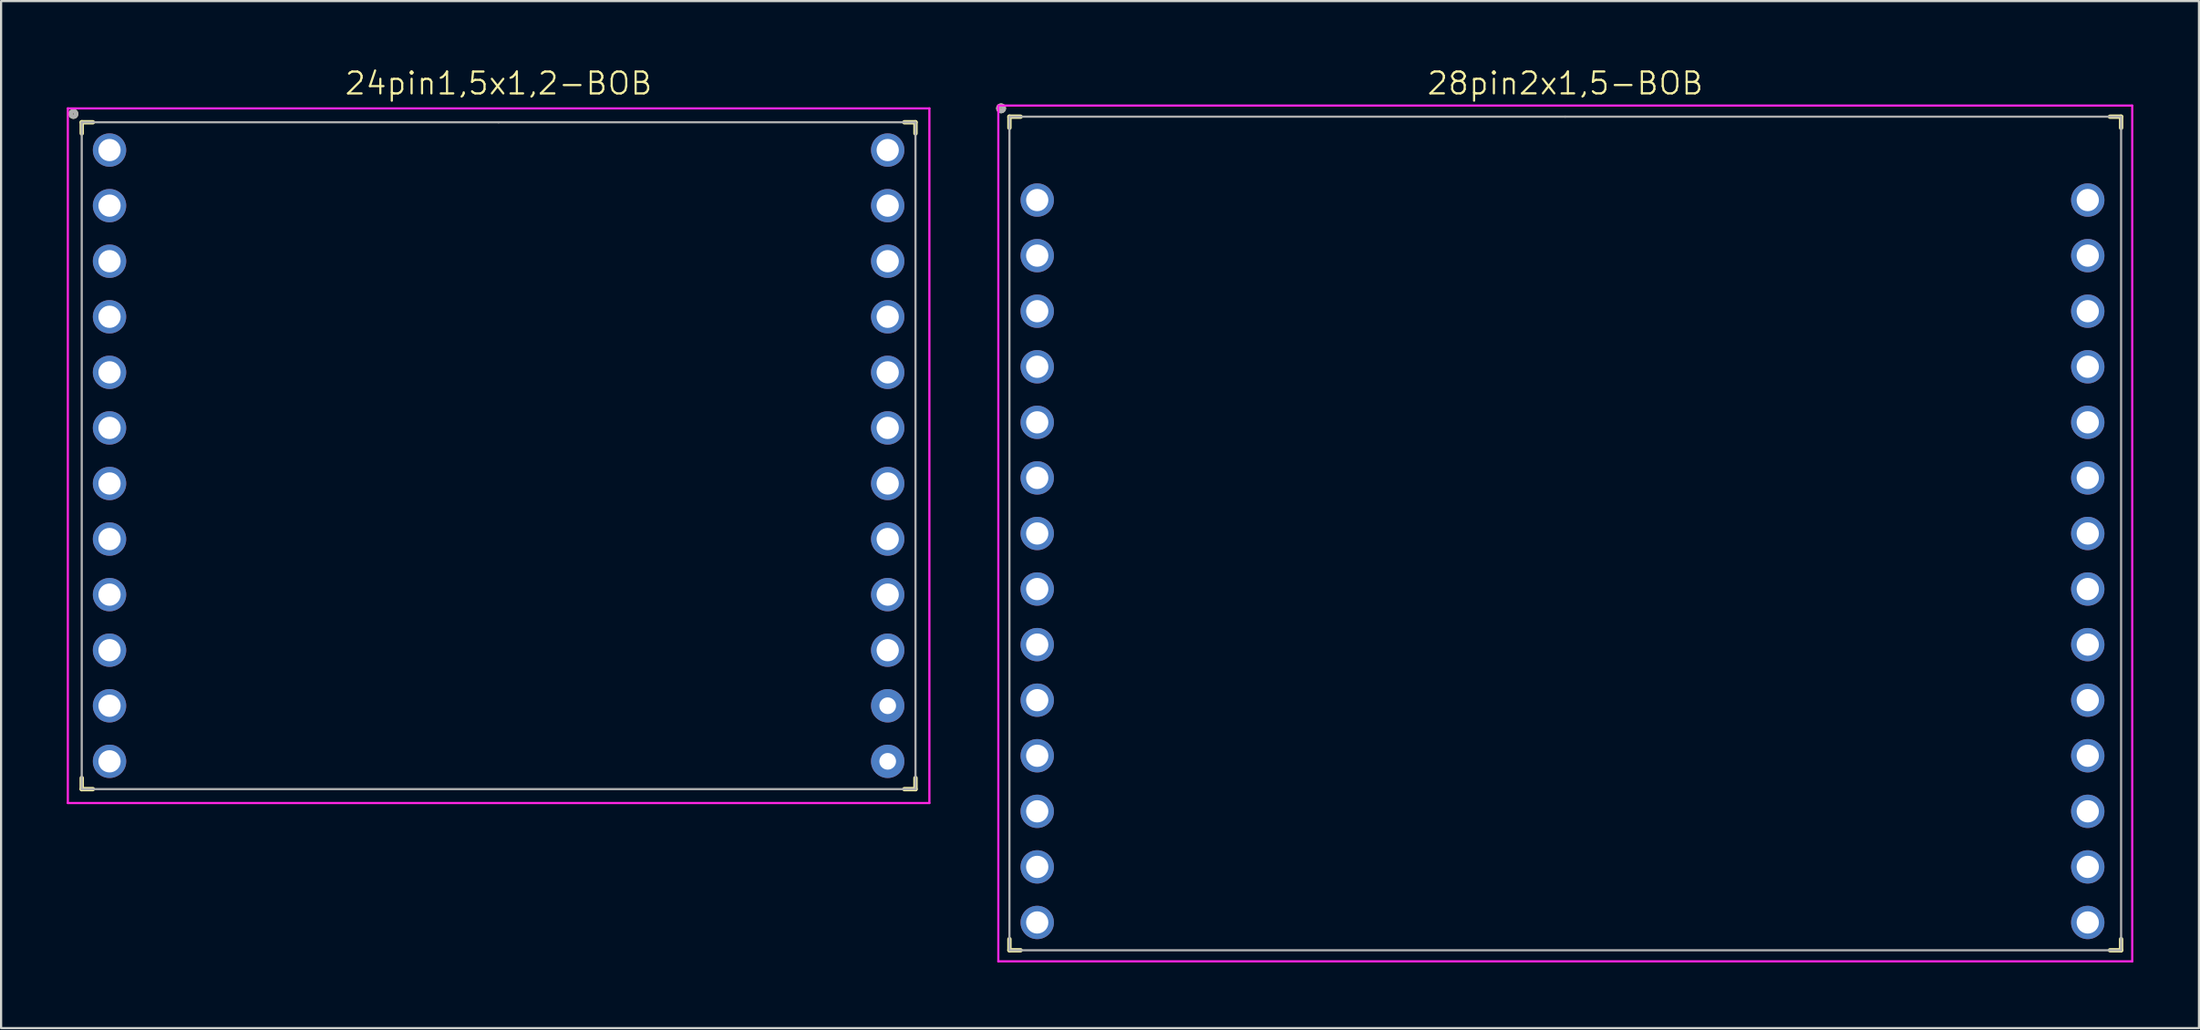
<source format=kicad_pcb>
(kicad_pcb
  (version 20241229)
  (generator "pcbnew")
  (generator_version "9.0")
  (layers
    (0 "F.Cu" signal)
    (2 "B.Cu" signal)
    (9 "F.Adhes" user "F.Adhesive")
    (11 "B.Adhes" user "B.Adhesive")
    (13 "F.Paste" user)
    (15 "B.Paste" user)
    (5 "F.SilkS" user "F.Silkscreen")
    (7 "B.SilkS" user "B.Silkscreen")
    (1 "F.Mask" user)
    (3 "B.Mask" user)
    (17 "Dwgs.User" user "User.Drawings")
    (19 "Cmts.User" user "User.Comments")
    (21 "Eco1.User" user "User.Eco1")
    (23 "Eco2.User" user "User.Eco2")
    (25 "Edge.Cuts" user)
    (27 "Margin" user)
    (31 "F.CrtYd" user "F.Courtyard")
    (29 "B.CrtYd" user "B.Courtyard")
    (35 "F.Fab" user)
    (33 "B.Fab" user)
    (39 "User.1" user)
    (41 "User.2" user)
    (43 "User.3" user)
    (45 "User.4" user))
  (footprint "24pin1,5x1,2-BOB"
    (layer "F.Cu")
    (at 19.735 17.779)
    (property "Reference" "24pin1,5x1,2-BOB" (at 0 -17.018 0) (layer "F.SilkS") (effects (font (size 1 1) (thickness 0.1))))
    (attr through_hole)
    (fp_line (start -19.05 -15.24) (end -19.05 -14.732) (stroke (width 0.2) (type solid)) (layer "F.SilkS"))
    (fp_line (start -19.05 -15.24) (end -18.542 -15.24) (stroke (width 0.2) (type solid)) (layer "F.SilkS"))
    (fp_line (start -19.05 15.24) (end -19.05 14.732) (stroke (width 0.2) (type solid)) (layer "F.SilkS"))
    (fp_line (start -19.05 15.24) (end -18.542 15.24) (stroke (width 0.2) (type solid)) (layer "F.SilkS"))
    (fp_line (start 19.05 -15.24) (end 18.542 -15.24) (stroke (width 0.2) (type solid)) (layer "F.SilkS"))
    (fp_line (start 19.05 -15.24) (end 19.05 -14.732) (stroke (width 0.2) (type solid)) (layer "F.SilkS"))
    (fp_line (start 19.05 15.24) (end 18.542 15.24) (stroke (width 0.2) (type solid)) (layer "F.SilkS"))
    (fp_line (start 19.05 15.24) (end 19.05 14.732) (stroke (width 0.2) (type solid)) (layer "F.SilkS"))
    (fp_circle (center -19.431 -15.621) (end -19.304 -15.621) (stroke (width 0.2) (type solid)) (fill no) (layer "F.SilkS"))
    (fp_line (start -19.685 -15.875) (end 19.685 -15.875) (stroke (width 0.1) (type solid)) (layer "F.CrtYd"))
    (fp_line (start -19.685 15.875) (end -19.685 -15.875) (stroke (width 0.1) (type solid)) (layer "F.CrtYd"))
    (fp_line (start 19.685 -15.875) (end 19.685 15.875) (stroke (width 0.1) (type solid)) (layer "F.CrtYd"))
    (fp_line (start 19.685 15.875) (end -19.685 15.875) (stroke (width 0.1) (type solid)) (layer "F.CrtYd"))
    (fp_line (start -19.05 -15.24) (end 0 -15.24) (stroke (width 0.1) (type solid)) (layer "F.Fab"))
    (fp_line (start -19.05 15.24) (end -19.05 -15.24) (stroke (width 0.1) (type solid)) (layer "F.Fab"))
    (fp_line (start 0 -15.24) (end 19.05 -15.24) (stroke (width 0.1) (type solid)) (layer "F.Fab"))
    (fp_line (start 19.05 -15.24) (end 19.05 15.24) (stroke (width 0.1) (type solid)) (layer "F.Fab"))
    (fp_line (start 19.05 15.24) (end -19.05 15.24) (stroke (width 0.1) (type solid)) (layer "F.Fab"))
    (fp_circle (center -19.431 -15.621) (end -19.304 -15.621) (stroke (width 0.2) (type solid)) (fill no) (layer "F.Fab"))
    (pad "1" thru_hole circle (at -17.78 -13.97) (size 1.524 1.524) (drill 1.016) (layers "*.Cu" "*.Mask"))
    (pad "2" thru_hole circle (at -17.78 -11.43) (size 1.524 1.524) (drill 1.016) (layers "*.Cu" "*.Mask"))
    (pad "3" thru_hole circle (at -17.78 -8.89) (size 1.524 1.524) (drill 1.016) (layers "*.Cu" "*.Mask"))
    (pad "4" thru_hole circle (at -17.78 -6.35) (size 1.524 1.524) (drill 1.016) (layers "*.Cu" "*.Mask"))
    (pad "5" thru_hole circle (at -17.78 -3.81) (size 1.524 1.524) (drill 1.016) (layers "*.Cu" "*.Mask"))
    (pad "6" thru_hole circle (at -17.78 -1.27) (size 1.524 1.524) (drill 1.016) (layers "*.Cu" "*.Mask"))
    (pad "7" thru_hole circle (at -17.78 1.27) (size 1.524 1.524) (drill 1.016) (layers "*.Cu" "*.Mask"))
    (pad "8" thru_hole circle (at -17.78 3.81) (size 1.524 1.524) (drill 1.016) (layers "*.Cu" "*.Mask"))
    (pad "9" thru_hole circle (at -17.78 6.35) (size 1.524 1.524) (drill 1.016) (layers "*.Cu" "*.Mask"))
    (pad "10" thru_hole circle (at -17.78 8.89) (size 1.524 1.524) (drill 1.016) (layers "*.Cu" "*.Mask"))
    (pad "11" thru_hole circle (at -17.78 11.43) (size 1.524 1.524) (drill 1.016) (layers "*.Cu" "*.Mask"))
    (pad "12" thru_hole circle (at -17.78 13.97) (size 1.524 1.524) (drill 1.016) (layers "*.Cu" "*.Mask"))
    (pad "13" thru_hole circle (at 17.78 -13.97) (size 1.524 1.524) (drill 1.016) (layers "*.Cu" "*.Mask"))
    (pad "14" thru_hole circle (at 17.78 -11.43) (size 1.524 1.524) (drill 1.016) (layers "*.Cu" "*.Mask"))
    (pad "15" thru_hole circle (at 17.78 -8.89) (size 1.524 1.524) (drill 1.016) (layers "*.Cu" "*.Mask"))
    (pad "16" thru_hole circle (at 17.78 -6.35) (size 1.524 1.524) (drill 1.016) (layers "*.Cu" "*.Mask"))
    (pad "17" thru_hole circle (at 17.78 -3.81) (size 1.524 1.524) (drill 1.016) (layers "*.Cu" "*.Mask"))
    (pad "18" thru_hole circle (at 17.78 -1.27) (size 1.524 1.524) (drill 1.016) (layers "*.Cu" "*.Mask"))
    (pad "19" thru_hole circle (at 17.78 1.27) (size 1.524 1.524) (drill 1.016) (layers "*.Cu" "*.Mask"))
    (pad "20" thru_hole circle (at 17.78 3.81) (size 1.524 1.524) (drill 1.016) (layers "*.Cu" "*.Mask"))
    (pad "21" thru_hole circle (at 17.78 6.35) (size 1.524 1.524) (drill 1.016) (layers "*.Cu" "*.Mask"))
    (pad "22" thru_hole circle (at 17.78 8.89) (size 1.524 1.524) (drill 1.016) (layers "*.Cu" "*.Mask"))
    (pad "23" thru_hole circle (at 17.78 11.43) (size 1.524 1.524) (drill 0.762) (layers "*.Cu" "*.Mask"))
    (pad "24" thru_hole circle (at 17.78 13.97) (size 1.524 1.524) (drill 0.762) (layers "*.Cu" "*.Mask")))
  (footprint "28pin2x1,5-BOB"
    (layer "F.Cu")
    (at 68.478 21.334)
    (property "Reference" "28pin2x1,5-BOB" (at 0 -20.574 0) (layer "F.SilkS") (effects (font (size 1 1) (thickness 0.1))))
    (attr through_hole)
    (fp_line (start -25.4 -19.05) (end -25.4 -18.542) (stroke (width 0.2) (type solid)) (layer "F.SilkS"))
    (fp_line (start -25.4 -19.05) (end -24.892 -19.05) (stroke (width 0.2) (type solid)) (layer "F.SilkS"))
    (fp_line (start -25.4 19.05) (end -25.4 18.542) (stroke (width 0.2) (type solid)) (layer "F.SilkS"))
    (fp_line (start -25.4 19.05) (end -24.892 19.05) (stroke (width 0.2) (type solid)) (layer "F.SilkS"))
    (fp_line (start 25.4 -19.05) (end 24.892 -19.05) (stroke (width 0.2) (type solid)) (layer "F.SilkS"))
    (fp_line (start 25.4 -19.05) (end 25.4 -18.542) (stroke (width 0.2) (type solid)) (layer "F.SilkS"))
    (fp_line (start 25.4 19.05) (end 24.892 19.05) (stroke (width 0.2) (type solid)) (layer "F.SilkS"))
    (fp_line (start 25.4 19.05) (end 25.4 18.542) (stroke (width 0.2) (type solid)) (layer "F.SilkS"))
    (fp_circle (center -25.781 -19.431) (end -25.654 -19.431) (stroke (width 0.2) (type solid)) (fill no) (layer "F.SilkS"))
    (fp_line (start -25.908 -19.558) (end 25.908 -19.558) (stroke (width 0.1) (type solid)) (layer "F.CrtYd"))
    (fp_line (start -25.908 19.558) (end -25.908 -19.558) (stroke (width 0.1) (type solid)) (layer "F.CrtYd"))
    (fp_line (start 25.908 -19.558) (end 25.908 19.558) (stroke (width 0.1) (type solid)) (layer "F.CrtYd"))
    (fp_line (start 25.908 19.558) (end -25.908 19.558) (stroke (width 0.1) (type solid)) (layer "F.CrtYd"))
    (fp_line (start -25.4 -19.05) (end 0 -19.05) (stroke (width 0.1) (type solid)) (layer "F.Fab"))
    (fp_line (start -25.4 19.05) (end -25.4 -19.05) (stroke (width 0.1) (type solid)) (layer "F.Fab"))
    (fp_line (start 0 -19.05) (end 25.4 -19.05) (stroke (width 0.1) (type solid)) (layer "F.Fab"))
    (fp_line (start 25.4 -19.05) (end 25.4 19.05) (stroke (width 0.1) (type solid)) (layer "F.Fab"))
    (fp_line (start 25.4 19.05) (end -25.4 19.05) (stroke (width 0.1) (type solid)) (layer "F.Fab"))
    (fp_circle (center -25.781 -19.431) (end -25.654 -19.431) (stroke (width 0.2) (type solid)) (fill no) (layer "F.Fab"))
    (pad "1" thru_hole circle (at -24.13 -15.24) (size 1.524 1.524) (drill 1.016) (layers "*.Cu" "*.Mask"))
    (pad "2" thru_hole circle (at -24.13 -12.7) (size 1.524 1.524) (drill 1.016) (layers "*.Cu" "*.Mask"))
    (pad "3" thru_hole circle (at -24.13 -10.16) (size 1.524 1.524) (drill 1.016) (layers "*.Cu" "*.Mask"))
    (pad "4" thru_hole circle (at -24.13 -7.62) (size 1.524 1.524) (drill 1.016) (layers "*.Cu" "*.Mask"))
    (pad "5" thru_hole circle (at -24.13 -5.08) (size 1.524 1.524) (drill 1.016) (layers "*.Cu" "*.Mask"))
    (pad "6" thru_hole circle (at -24.13 -2.54) (size 1.524 1.524) (drill 1.016) (layers "*.Cu" "*.Mask"))
    (pad "7" thru_hole circle (at -24.13 0) (size 1.524 1.524) (drill 1.016) (layers "*.Cu" "*.Mask"))
    (pad "8" thru_hole circle (at -24.13 2.54) (size 1.524 1.524) (drill 1.016) (layers "*.Cu" "*.Mask"))
    (pad "9" thru_hole circle (at -24.13 5.08) (size 1.524 1.524) (drill 1.016) (layers "*.Cu" "*.Mask"))
    (pad "10" thru_hole circle (at -24.13 7.62) (size 1.524 1.524) (drill 1.016) (layers "*.Cu" "*.Mask"))
    (pad "11" thru_hole circle (at -24.13 10.16) (size 1.524 1.524) (drill 1.016) (layers "*.Cu" "*.Mask"))
    (pad "12" thru_hole circle (at -24.13 12.7) (size 1.524 1.524) (drill 1.016) (layers "*.Cu" "*.Mask"))
    (pad "13" thru_hole circle (at -24.13 15.24) (size 1.524 1.524) (drill 1.016) (layers "*.Cu" "*.Mask"))
    (pad "14" thru_hole circle (at -24.13 17.78) (size 1.524 1.524) (drill 1.016) (layers "*.Cu" "*.Mask"))
    (pad "15" thru_hole circle (at 23.876 -15.24) (size 1.524 1.524) (drill 1.016) (layers "*.Cu" "*.Mask"))
    (pad "16" thru_hole circle (at 23.876 -12.7) (size 1.524 1.524) (drill 1.016) (layers "*.Cu" "*.Mask"))
    (pad "17" thru_hole circle (at 23.876 -10.16) (size 1.524 1.524) (drill 1.016) (layers "*.Cu" "*.Mask"))
    (pad "18" thru_hole circle (at 23.876 -7.62) (size 1.524 1.524) (drill 1.016) (layers "*.Cu" "*.Mask"))
    (pad "19" thru_hole circle (at 23.876 -5.08) (size 1.524 1.524) (drill 1.016) (layers "*.Cu" "*.Mask"))
    (pad "20" thru_hole circle (at 23.876 -2.54) (size 1.524 1.524) (drill 1.016) (layers "*.Cu" "*.Mask"))
    (pad "21" thru_hole circle (at 23.876 0) (size 1.524 1.524) (drill 1.016) (layers "*.Cu" "*.Mask"))
    (pad "22" thru_hole circle (at 23.876 2.54) (size 1.524 1.524) (drill 1.016) (layers "*.Cu" "*.Mask"))
    (pad "23" thru_hole circle (at 23.876 5.08) (size 1.524 1.524) (drill 1.016) (layers "*.Cu" "*.Mask"))
    (pad "24" thru_hole circle (at 23.876 7.62) (size 1.524 1.524) (drill 1.016) (layers "*.Cu" "*.Mask"))
    (pad "25" thru_hole circle (at 23.876 10.16) (size 1.524 1.524) (drill 1.016) (layers "*.Cu" "*.Mask"))
    (pad "26" thru_hole circle (at 23.876 12.7) (size 1.524 1.524) (drill 1.016) (layers "*.Cu" "*.Mask"))
    (pad "27" thru_hole circle (at 23.876 15.24) (size 1.524 1.524) (drill 1.016) (layers "*.Cu" "*.Mask"))
    (pad "28" thru_hole circle (at 23.876 17.78) (size 1.524 1.524) (drill 1.016) (layers "*.Cu" "*.Mask")))
  (gr_rect
    (start -3 -3)
    (end 97.436 43.943)
    (stroke (width 0.1) (type default))
    (fill no)
    (layer "Edge.Cuts")))
</source>
